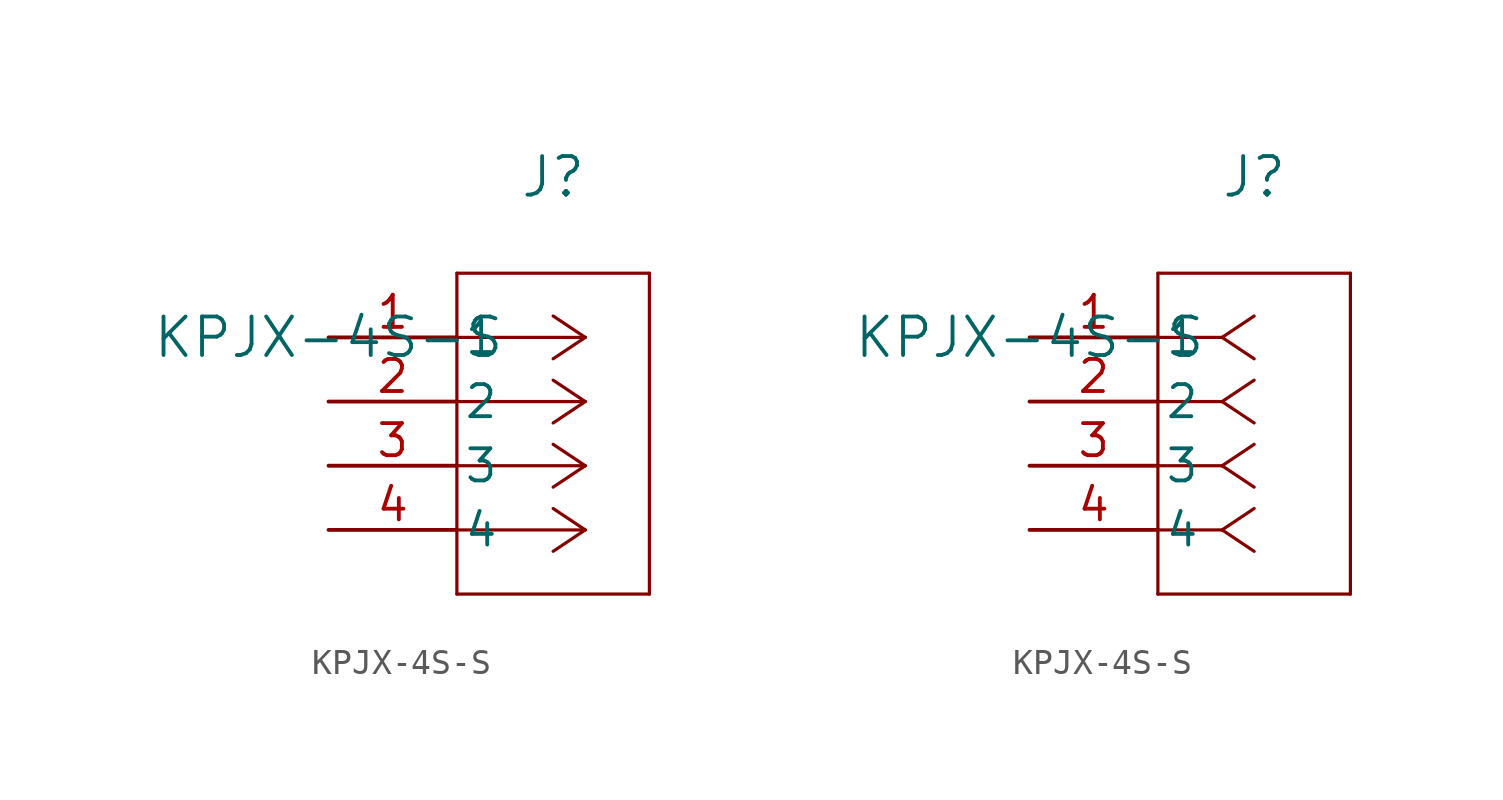
<source format=kicad_sym>
(kicad_symbol_lib
  (version 20211014)
  (generator kicad_symbol_editor)
  (symbol "KPJX-4S-S"
    (pin_names
      (offset 0.254))
    (property "Reference" "J"
      (at 8.89 6.35 0)
      (effects (font (size 1.524 1.524))))
    (property "Value" "KPJX-4S-S"
      (at 0 0 0)
      (effects (font (size 1.524 1.524))))
    (symbol "KPJX-4S-S_1_1"
      (polyline (pts (xy 10.16 0) (xy 5.08 0)) (stroke (width 0.127) (type default) (color 0 0 0 0)) (fill (type none)))
      (polyline (pts (xy 10.16 -2.54) (xy 5.08 -2.54)) (stroke (width 0.127) (type default) (color 0 0 0 0)) (fill (type none)))
      (polyline (pts (xy 10.16 -5.08) (xy 5.08 -5.08)) (stroke (width 0.127) (type default) (color 0 0 0 0)) (fill (type none)))
      (polyline (pts (xy 10.16 -7.62) (xy 5.08 -7.62)) (stroke (width 0.127) (type default) (color 0 0 0 0)) (fill (type none)))
      (polyline (pts (xy 10.16 0) (xy 8.89 0.847)) (stroke (width 0.127) (type default) (color 0 0 0 0)) (fill (type none)))
      (polyline (pts (xy 10.16 -2.54) (xy 8.89 -1.693)) (stroke (width 0.127) (type default) (color 0 0 0 0)) (fill (type none)))
      (polyline (pts (xy 10.16 -5.08) (xy 8.89 -4.233)) (stroke (width 0.127) (type default) (color 0 0 0 0)) (fill (type none)))
      (polyline (pts (xy 10.16 -7.62) (xy 8.89 -6.773)) (stroke (width 0.127) (type default) (color 0 0 0 0)) (fill (type none)))
      (polyline (pts (xy 10.16 0) (xy 8.89 -0.847)) (stroke (width 0.127) (type default) (color 0 0 0 0)) (fill (type none)))
      (polyline (pts (xy 10.16 -2.54) (xy 8.89 -3.387)) (stroke (width 0.127) (type default) (color 0 0 0 0)) (fill (type none)))
      (polyline (pts (xy 10.16 -5.08) (xy 8.89 -5.927)) (stroke (width 0.127) (type default) (color 0 0 0 0)) (fill (type none)))
      (polyline (pts (xy 10.16 -7.62) (xy 8.89 -8.467)) (stroke (width 0.127) (type default) (color 0 0 0 0)) (fill (type none)))
      (polyline (pts (xy 5.08 2.54) (xy 5.08 -10.16)) (stroke (width 0.127) (type default) (color 0 0 0 0)) (fill (type none)))
      (polyline (pts (xy 5.08 -10.16) (xy 12.7 -10.16)) (stroke (width 0.127) (type default) (color 0 0 0 0)) (fill (type none)))
      (polyline (pts (xy 12.7 -10.16) (xy 12.7 2.54)) (stroke (width 0.127) (type default) (color 0 0 0 0)) (fill (type none)))
      (polyline (pts (xy 12.7 2.54) (xy 5.08 2.54)) (stroke (width 0.127) (type default) (color 0 0 0 0)) (fill (type none)))
      (pin unspecified line (at 0 0 0) (length 5.08) (name "1" (effects (font (size 1.27 1.27)))) (number "1" (effects (font (size 1.27 1.27)))))
      (pin unspecified line (at 0 -2.54 0) (length 5.08) (name "2" (effects (font (size 1.27 1.27)))) (number "2" (effects (font (size 1.27 1.27)))))
      (pin unspecified line (at 0 -5.08 0) (length 5.08) (name "3" (effects (font (size 1.27 1.27)))) (number "3" (effects (font (size 1.27 1.27)))))
      (pin unspecified line (at 0 -7.62 0) (length 5.08) (name "4" (effects (font (size 1.27 1.27)))) (number "4" (effects (font (size 1.27 1.27))))))
    (symbol "KPJX-4S-S_1_2"
      (polyline (pts (xy 7.62 0) (xy 5.08 0)) (stroke (width 0.127) (type default) (color 0 0 0 0)) (fill (type none)))
      (polyline (pts (xy 7.62 -2.54) (xy 5.08 -2.54)) (stroke (width 0.127) (type default) (color 0 0 0 0)) (fill (type none)))
      (polyline (pts (xy 7.62 -5.08) (xy 5.08 -5.08)) (stroke (width 0.127) (type default) (color 0 0 0 0)) (fill (type none)))
      (polyline (pts (xy 7.62 -7.62) (xy 5.08 -7.62)) (stroke (width 0.127) (type default) (color 0 0 0 0)) (fill (type none)))
      (polyline (pts (xy 7.62 0) (xy 8.89 0.847)) (stroke (width 0.127) (type default) (color 0 0 0 0)) (fill (type none)))
      (polyline (pts (xy 7.62 -2.54) (xy 8.89 -1.693)) (stroke (width 0.127) (type default) (color 0 0 0 0)) (fill (type none)))
      (polyline (pts (xy 7.62 -5.08) (xy 8.89 -4.233)) (stroke (width 0.127) (type default) (color 0 0 0 0)) (fill (type none)))
      (polyline (pts (xy 7.62 -7.62) (xy 8.89 -6.773)) (stroke (width 0.127) (type default) (color 0 0 0 0)) (fill (type none)))
      (polyline (pts (xy 7.62 0) (xy 8.89 -0.847)) (stroke (width 0.127) (type default) (color 0 0 0 0)) (fill (type none)))
      (polyline (pts (xy 7.62 -2.54) (xy 8.89 -3.387)) (stroke (width 0.127) (type default) (color 0 0 0 0)) (fill (type none)))
      (polyline (pts (xy 7.62 -5.08) (xy 8.89 -5.927)) (stroke (width 0.127) (type default) (color 0 0 0 0)) (fill (type none)))
      (polyline (pts (xy 7.62 -7.62) (xy 8.89 -8.467)) (stroke (width 0.127) (type default) (color 0 0 0 0)) (fill (type none)))
      (polyline (pts (xy 5.08 2.54) (xy 5.08 -10.16)) (stroke (width 0.127) (type default) (color 0 0 0 0)) (fill (type none)))
      (polyline (pts (xy 5.08 -10.16) (xy 12.7 -10.16)) (stroke (width 0.127) (type default) (color 0 0 0 0)) (fill (type none)))
      (polyline (pts (xy 12.7 -10.16) (xy 12.7 2.54)) (stroke (width 0.127) (type default) (color 0 0 0 0)) (fill (type none)))
      (polyline (pts (xy 12.7 2.54) (xy 5.08 2.54)) (stroke (width 0.127) (type default) (color 0 0 0 0)) (fill (type none)))
      (pin unspecified line (at 0 0 0) (length 5.08) (name "1" (effects (font (size 1.27 1.27)))) (number "1" (effects (font (size 1.27 1.27)))))
      (pin unspecified line (at 0 -2.54 0) (length 5.08) (name "2" (effects (font (size 1.27 1.27)))) (number "2" (effects (font (size 1.27 1.27)))))
      (pin unspecified line (at 0 -5.08 0) (length 5.08) (name "3" (effects (font (size 1.27 1.27)))) (number "3" (effects (font (size 1.27 1.27)))))
      (pin unspecified line (at 0 -7.62 0) (length 5.08) (name "4" (effects (font (size 1.27 1.27)))) (number "4" (effects (font (size 1.27 1.27))))))))
</source>
